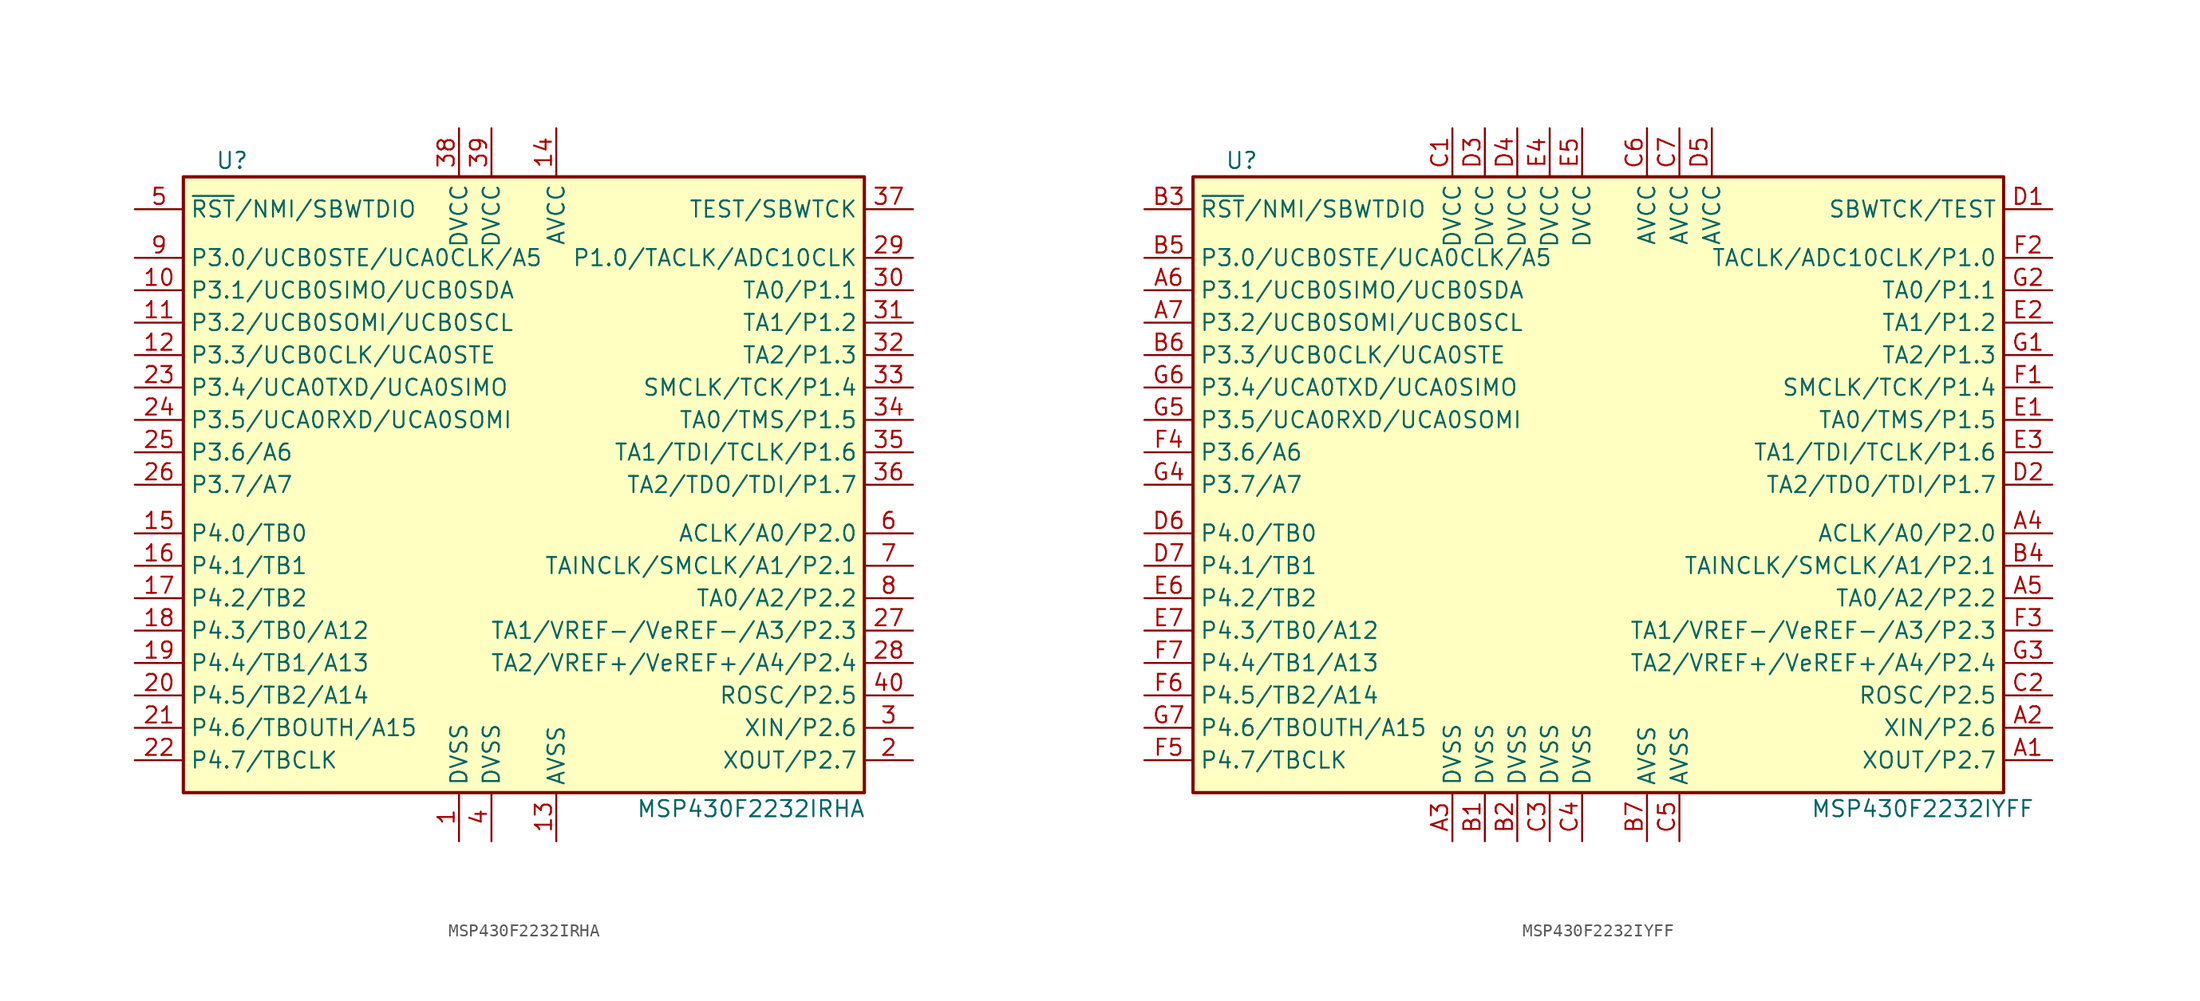
<source format=kicad_sym>
(kicad_symbol_lib
  (version 20241209)
  (generator "kicad_symbol_editor")
  (generator_version "9.0")
  (symbol "MSP430F2232IRHA"
    (property "Reference" "U"
      (at -22.86 25.4 0)
      (effects (font (size 1.27 1.27))))
    (property "Value" "MSP430F2232IRHA"
      (at 17.78 -25.4 0)
      (effects (font (size 1.27 1.27))))
    (symbol "MSP430F2232IRHA_0_1"
      (rectangle (start -26.67 24.13) (end 26.67 -24.13) (stroke (width 0.254) (type default)) (fill (type background))))
    (symbol "MSP430F2232IRHA_1_1"
      (pin input line (at -30.48 21.59 0) (length 3.81) (name "~{RST}/NMI/SBWTDIO" (effects (font (size 1.27 1.27)))) (number "5" (effects (font (size 1.27 1.27)))))
      (pin bidirectional line (at -30.48 17.78 0) (length 3.81) (name "P3.0/UCB0STE/UCA0CLK/A5" (effects (font (size 1.27 1.27)))) (number "9" (effects (font (size 1.27 1.27)))))
      (pin bidirectional line (at -30.48 15.24 0) (length 3.81) (name "P3.1/UCB0SIMO/UCB0SDA" (effects (font (size 1.27 1.27)))) (number "10" (effects (font (size 1.27 1.27)))))
      (pin bidirectional line (at -30.48 12.7 0) (length 3.81) (name "P3.2/UCB0SOMI/UCB0SCL" (effects (font (size 1.27 1.27)))) (number "11" (effects (font (size 1.27 1.27)))))
      (pin bidirectional line (at -30.48 10.16 0) (length 3.81) (name "P3.3/UCB0CLK/UCA0STE" (effects (font (size 1.27 1.27)))) (number "12" (effects (font (size 1.27 1.27)))))
      (pin bidirectional line (at -30.48 7.62 0) (length 3.81) (name "P3.4/UCA0TXD/UCA0SIMO" (effects (font (size 1.27 1.27)))) (number "23" (effects (font (size 1.27 1.27)))))
      (pin bidirectional line (at -30.48 5.08 0) (length 3.81) (name "P3.5/UCA0RXD/UCA0SOMI" (effects (font (size 1.27 1.27)))) (number "24" (effects (font (size 1.27 1.27)))))
      (pin bidirectional line (at -30.48 2.54 0) (length 3.81) (name "P3.6/A6" (effects (font (size 1.27 1.27)))) (number "25" (effects (font (size 1.27 1.27)))))
      (pin bidirectional line (at -30.48 0 0) (length 3.81) (name "P3.7/A7" (effects (font (size 1.27 1.27)))) (number "26" (effects (font (size 1.27 1.27)))))
      (pin bidirectional line (at -30.48 -3.81 0) (length 3.81) (name "P4.0/TB0" (effects (font (size 1.27 1.27)))) (number "15" (effects (font (size 1.27 1.27)))))
      (pin bidirectional line (at -30.48 -6.35 0) (length 3.81) (name "P4.1/TB1" (effects (font (size 1.27 1.27)))) (number "16" (effects (font (size 1.27 1.27)))))
      (pin bidirectional line (at -30.48 -8.89 0) (length 3.81) (name "P4.2/TB2" (effects (font (size 1.27 1.27)))) (number "17" (effects (font (size 1.27 1.27)))))
      (pin bidirectional line (at -30.48 -11.43 0) (length 3.81) (name "P4.3/TB0/A12" (effects (font (size 1.27 1.27)))) (number "18" (effects (font (size 1.27 1.27)))))
      (pin bidirectional line (at -30.48 -13.97 0) (length 3.81) (name "P4.4/TB1/A13" (effects (font (size 1.27 1.27)))) (number "19" (effects (font (size 1.27 1.27)))))
      (pin bidirectional line (at -30.48 -16.51 0) (length 3.81) (name "P4.5/TB2/A14" (effects (font (size 1.27 1.27)))) (number "20" (effects (font (size 1.27 1.27)))))
      (pin bidirectional line (at -30.48 -19.05 0) (length 3.81) (name "P4.6/TBOUTH/A15" (effects (font (size 1.27 1.27)))) (number "21" (effects (font (size 1.27 1.27)))))
      (pin bidirectional line (at -30.48 -21.59 0) (length 3.81) (name "P4.7/TBCLK" (effects (font (size 1.27 1.27)))) (number "22" (effects (font (size 1.27 1.27)))))
      (pin power_in line (at -5.08 27.94 270) (length 3.81) (name "DVCC" (effects (font (size 1.27 1.27)))) (number "38" (effects (font (size 1.27 1.27)))))
      (pin power_in line (at -5.08 -27.94 90) (length 3.81) (name "DVSS" (effects (font (size 1.27 1.27)))) (number "1" (effects (font (size 1.27 1.27)))))
      (pin power_in line (at -2.54 27.94 270) (length 3.81) (name "DVCC" (effects (font (size 1.27 1.27)))) (number "39" (effects (font (size 1.27 1.27)))))
      (pin power_in line (at -2.54 -27.94 90) (length 3.81) (name "DVSS" (effects (font (size 1.27 1.27)))) (number "4" (effects (font (size 1.27 1.27)))))
      (pin power_in line (at 2.54 27.94 270) (length 3.81) (name "AVCC" (effects (font (size 1.27 1.27)))) (number "14" (effects (font (size 1.27 1.27)))))
      (pin power_in line (at 2.54 -27.94 90) (length 3.81) (name "AVSS" (effects (font (size 1.27 1.27)))) (number "13" (effects (font (size 1.27 1.27)))))
      (pin input line (at 30.48 21.59 180) (length 3.81) (name "TEST/SBWTCK" (effects (font (size 1.27 1.27)))) (number "37" (effects (font (size 1.27 1.27)))))
      (pin bidirectional line (at 30.48 17.78 180) (length 3.81) (name "P1.0/TACLK/ADC10CLK" (effects (font (size 1.27 1.27)))) (number "29" (effects (font (size 1.27 1.27)))))
      (pin bidirectional line (at 30.48 15.24 180) (length 3.81) (name "TA0/P1.1" (effects (font (size 1.27 1.27)))) (number "30" (effects (font (size 1.27 1.27)))))
      (pin bidirectional line (at 30.48 12.7 180) (length 3.81) (name "TA1/P1.2" (effects (font (size 1.27 1.27)))) (number "31" (effects (font (size 1.27 1.27)))))
      (pin bidirectional line (at 30.48 10.16 180) (length 3.81) (name "TA2/P1.3" (effects (font (size 1.27 1.27)))) (number "32" (effects (font (size 1.27 1.27)))))
      (pin bidirectional line (at 30.48 7.62 180) (length 3.81) (name "SMCLK/TCK/P1.4" (effects (font (size 1.27 1.27)))) (number "33" (effects (font (size 1.27 1.27)))))
      (pin bidirectional line (at 30.48 5.08 180) (length 3.81) (name "TA0/TMS/P1.5" (effects (font (size 1.27 1.27)))) (number "34" (effects (font (size 1.27 1.27)))))
      (pin bidirectional line (at 30.48 2.54 180) (length 3.81) (name "TA1/TDI/TCLK/P1.6" (effects (font (size 1.27 1.27)))) (number "35" (effects (font (size 1.27 1.27)))))
      (pin bidirectional line (at 30.48 0 180) (length 3.81) (name "TA2/TDO/TDI/P1.7" (effects (font (size 1.27 1.27)))) (number "36" (effects (font (size 1.27 1.27)))))
      (pin bidirectional line (at 30.48 -3.81 180) (length 3.81) (name "ACLK/A0/P2.0" (effects (font (size 1.27 1.27)))) (number "6" (effects (font (size 1.27 1.27)))))
      (pin bidirectional line (at 30.48 -6.35 180) (length 3.81) (name "TAINCLK/SMCLK/A1/P2.1" (effects (font (size 1.27 1.27)))) (number "7" (effects (font (size 1.27 1.27)))))
      (pin bidirectional line (at 30.48 -8.89 180) (length 3.81) (name "TA0/A2/P2.2" (effects (font (size 1.27 1.27)))) (number "8" (effects (font (size 1.27 1.27)))))
      (pin bidirectional line (at 30.48 -11.43 180) (length 3.81) (name "TA1/VREF-/VeREF-/A3/P2.3" (effects (font (size 1.27 1.27)))) (number "27" (effects (font (size 1.27 1.27)))))
      (pin bidirectional line (at 30.48 -13.97 180) (length 3.81) (name "TA2/VREF+/VeREF+/A4/P2.4" (effects (font (size 1.27 1.27)))) (number "28" (effects (font (size 1.27 1.27)))))
      (pin bidirectional line (at 30.48 -16.51 180) (length 3.81) (name "ROSC/P2.5" (effects (font (size 1.27 1.27)))) (number "40" (effects (font (size 1.27 1.27)))))
      (pin bidirectional line (at 30.48 -19.05 180) (length 3.81) (name "XIN/P2.6" (effects (font (size 1.27 1.27)))) (number "3" (effects (font (size 1.27 1.27)))))
      (pin bidirectional line (at 30.48 -21.59 180) (length 3.81) (name "XOUT/P2.7" (effects (font (size 1.27 1.27)))) (number "2" (effects (font (size 1.27 1.27)))))))
  (symbol "MSP430F2232IYFF"
    (property "Reference" "U"
      (at -29.21 25.4 0)
      (effects (font (size 1.27 1.27))))
    (property "Value" "MSP430F2232IYFF"
      (at 24.13 -25.4 0)
      (effects (font (size 1.27 1.27))))
    (symbol "MSP430F2232IYFF_0_1"
      (rectangle (start -33.02 24.13) (end 30.48 -24.13) (stroke (width 0.254) (type default)) (fill (type background))))
    (symbol "MSP430F2232IYFF_1_1"
      (pin input line (at -36.83 21.59 0) (length 3.81) (name "~{RST}/NMI/SBWTDIO" (effects (font (size 1.27 1.27)))) (number "B3" (effects (font (size 1.27 1.27)))))
      (pin bidirectional line (at -36.83 17.78 0) (length 3.81) (name "P3.0/UCB0STE/UCA0CLK/A5" (effects (font (size 1.27 1.27)))) (number "B5" (effects (font (size 1.27 1.27)))))
      (pin bidirectional line (at -36.83 15.24 0) (length 3.81) (name "P3.1/UCB0SIMO/UCB0SDA" (effects (font (size 1.27 1.27)))) (number "A6" (effects (font (size 1.27 1.27)))))
      (pin bidirectional line (at -36.83 12.7 0) (length 3.81) (name "P3.2/UCB0SOMI/UCB0SCL" (effects (font (size 1.27 1.27)))) (number "A7" (effects (font (size 1.27 1.27)))))
      (pin bidirectional line (at -36.83 10.16 0) (length 3.81) (name "P3.3/UCB0CLK/UCA0STE" (effects (font (size 1.27 1.27)))) (number "B6" (effects (font (size 1.27 1.27)))))
      (pin bidirectional line (at -36.83 7.62 0) (length 3.81) (name "P3.4/UCA0TXD/UCA0SIMO" (effects (font (size 1.27 1.27)))) (number "G6" (effects (font (size 1.27 1.27)))))
      (pin bidirectional line (at -36.83 5.08 0) (length 3.81) (name "P3.5/UCA0RXD/UCA0SOMI" (effects (font (size 1.27 1.27)))) (number "G5" (effects (font (size 1.27 1.27)))))
      (pin bidirectional line (at -36.83 2.54 0) (length 3.81) (name "P3.6/A6" (effects (font (size 1.27 1.27)))) (number "F4" (effects (font (size 1.27 1.27)))))
      (pin bidirectional line (at -36.83 0 0) (length 3.81) (name "P3.7/A7" (effects (font (size 1.27 1.27)))) (number "G4" (effects (font (size 1.27 1.27)))))
      (pin bidirectional line (at -36.83 -3.81 0) (length 3.81) (name "P4.0/TB0" (effects (font (size 1.27 1.27)))) (number "D6" (effects (font (size 1.27 1.27)))))
      (pin bidirectional line (at -36.83 -6.35 0) (length 3.81) (name "P4.1/TB1" (effects (font (size 1.27 1.27)))) (number "D7" (effects (font (size 1.27 1.27)))))
      (pin bidirectional line (at -36.83 -8.89 0) (length 3.81) (name "P4.2/TB2" (effects (font (size 1.27 1.27)))) (number "E6" (effects (font (size 1.27 1.27)))))
      (pin bidirectional line (at -36.83 -11.43 0) (length 3.81) (name "P4.3/TB0/A12" (effects (font (size 1.27 1.27)))) (number "E7" (effects (font (size 1.27 1.27)))))
      (pin bidirectional line (at -36.83 -13.97 0) (length 3.81) (name "P4.4/TB1/A13" (effects (font (size 1.27 1.27)))) (number "F7" (effects (font (size 1.27 1.27)))))
      (pin bidirectional line (at -36.83 -16.51 0) (length 3.81) (name "P4.5/TB2/A14" (effects (font (size 1.27 1.27)))) (number "F6" (effects (font (size 1.27 1.27)))))
      (pin bidirectional line (at -36.83 -19.05 0) (length 3.81) (name "P4.6/TBOUTH/A15" (effects (font (size 1.27 1.27)))) (number "G7" (effects (font (size 1.27 1.27)))))
      (pin bidirectional line (at -36.83 -21.59 0) (length 3.81) (name "P4.7/TBCLK" (effects (font (size 1.27 1.27)))) (number "F5" (effects (font (size 1.27 1.27)))))
      (pin power_in line (at -12.7 27.94 270) (length 3.81) (name "DVCC" (effects (font (size 1.27 1.27)))) (number "C1" (effects (font (size 1.27 1.27)))))
      (pin power_in line (at -12.7 -27.94 90) (length 3.81) (name "DVSS" (effects (font (size 1.27 1.27)))) (number "A3" (effects (font (size 1.27 1.27)))))
      (pin power_in line (at -10.16 27.94 270) (length 3.81) (name "DVCC" (effects (font (size 1.27 1.27)))) (number "D3" (effects (font (size 1.27 1.27)))))
      (pin power_in line (at -10.16 -27.94 90) (length 3.81) (name "DVSS" (effects (font (size 1.27 1.27)))) (number "B1" (effects (font (size 1.27 1.27)))))
      (pin power_in line (at -7.62 27.94 270) (length 3.81) (name "DVCC" (effects (font (size 1.27 1.27)))) (number "D4" (effects (font (size 1.27 1.27)))))
      (pin power_in line (at -7.62 -27.94 90) (length 3.81) (name "DVSS" (effects (font (size 1.27 1.27)))) (number "B2" (effects (font (size 1.27 1.27)))))
      (pin power_in line (at -5.08 27.94 270) (length 3.81) (name "DVCC" (effects (font (size 1.27 1.27)))) (number "E4" (effects (font (size 1.27 1.27)))))
      (pin power_in line (at -5.08 -27.94 90) (length 3.81) (name "DVSS" (effects (font (size 1.27 1.27)))) (number "C3" (effects (font (size 1.27 1.27)))))
      (pin power_in line (at -2.54 27.94 270) (length 3.81) (name "DVCC" (effects (font (size 1.27 1.27)))) (number "E5" (effects (font (size 1.27 1.27)))))
      (pin power_in line (at -2.54 -27.94 90) (length 3.81) (name "DVSS" (effects (font (size 1.27 1.27)))) (number "C4" (effects (font (size 1.27 1.27)))))
      (pin power_in line (at 2.54 27.94 270) (length 3.81) (name "AVCC" (effects (font (size 1.27 1.27)))) (number "C6" (effects (font (size 1.27 1.27)))))
      (pin power_in line (at 2.54 -27.94 90) (length 3.81) (name "AVSS" (effects (font (size 1.27 1.27)))) (number "B7" (effects (font (size 1.27 1.27)))))
      (pin power_in line (at 5.08 27.94 270) (length 3.81) (name "AVCC" (effects (font (size 1.27 1.27)))) (number "C7" (effects (font (size 1.27 1.27)))))
      (pin power_in line (at 5.08 -27.94 90) (length 3.81) (name "AVSS" (effects (font (size 1.27 1.27)))) (number "C5" (effects (font (size 1.27 1.27)))))
      (pin power_in line (at 7.62 27.94 270) (length 3.81) (name "AVCC" (effects (font (size 1.27 1.27)))) (number "D5" (effects (font (size 1.27 1.27)))))
      (pin input line (at 34.29 21.59 180) (length 3.81) (name "SBWTCK/TEST" (effects (font (size 1.27 1.27)))) (number "D1" (effects (font (size 1.27 1.27)))))
      (pin bidirectional line (at 34.29 17.78 180) (length 3.81) (name "TACLK/ADC10CLK/P1.0" (effects (font (size 1.27 1.27)))) (number "F2" (effects (font (size 1.27 1.27)))))
      (pin bidirectional line (at 34.29 15.24 180) (length 3.81) (name "TA0/P1.1" (effects (font (size 1.27 1.27)))) (number "G2" (effects (font (size 1.27 1.27)))))
      (pin bidirectional line (at 34.29 12.7 180) (length 3.81) (name "TA1/P1.2" (effects (font (size 1.27 1.27)))) (number "E2" (effects (font (size 1.27 1.27)))))
      (pin bidirectional line (at 34.29 10.16 180) (length 3.81) (name "TA2/P1.3" (effects (font (size 1.27 1.27)))) (number "G1" (effects (font (size 1.27 1.27)))))
      (pin bidirectional line (at 34.29 7.62 180) (length 3.81) (name "SMCLK/TCK/P1.4" (effects (font (size 1.27 1.27)))) (number "F1" (effects (font (size 1.27 1.27)))))
      (pin bidirectional line (at 34.29 5.08 180) (length 3.81) (name "TA0/TMS/P1.5" (effects (font (size 1.27 1.27)))) (number "E1" (effects (font (size 1.27 1.27)))))
      (pin bidirectional line (at 34.29 2.54 180) (length 3.81) (name "TA1/TDI/TCLK/P1.6" (effects (font (size 1.27 1.27)))) (number "E3" (effects (font (size 1.27 1.27)))))
      (pin bidirectional line (at 34.29 0 180) (length 3.81) (name "TA2/TDO/TDI/P1.7" (effects (font (size 1.27 1.27)))) (number "D2" (effects (font (size 1.27 1.27)))))
      (pin bidirectional line (at 34.29 -3.81 180) (length 3.81) (name "ACLK/A0/P2.0" (effects (font (size 1.27 1.27)))) (number "A4" (effects (font (size 1.27 1.27)))))
      (pin bidirectional line (at 34.29 -6.35 180) (length 3.81) (name "TAINCLK/SMCLK/A1/P2.1" (effects (font (size 1.27 1.27)))) (number "B4" (effects (font (size 1.27 1.27)))))
      (pin bidirectional line (at 34.29 -8.89 180) (length 3.81) (name "TA0/A2/P2.2" (effects (font (size 1.27 1.27)))) (number "A5" (effects (font (size 1.27 1.27)))))
      (pin bidirectional line (at 34.29 -11.43 180) (length 3.81) (name "TA1/VREF-/VeREF-/A3/P2.3" (effects (font (size 1.27 1.27)))) (number "F3" (effects (font (size 1.27 1.27)))))
      (pin bidirectional line (at 34.29 -13.97 180) (length 3.81) (name "TA2/VREF+/VeREF+/A4/P2.4" (effects (font (size 1.27 1.27)))) (number "G3" (effects (font (size 1.27 1.27)))))
      (pin bidirectional line (at 34.29 -16.51 180) (length 3.81) (name "ROSC/P2.5" (effects (font (size 1.27 1.27)))) (number "C2" (effects (font (size 1.27 1.27)))))
      (pin bidirectional line (at 34.29 -19.05 180) (length 3.81) (name "XIN/P2.6" (effects (font (size 1.27 1.27)))) (number "A2" (effects (font (size 1.27 1.27)))))
      (pin bidirectional line (at 34.29 -21.59 180) (length 3.81) (name "XOUT/P2.7" (effects (font (size 1.27 1.27)))) (number "A1" (effects (font (size 1.27 1.27))))))))
</source>
